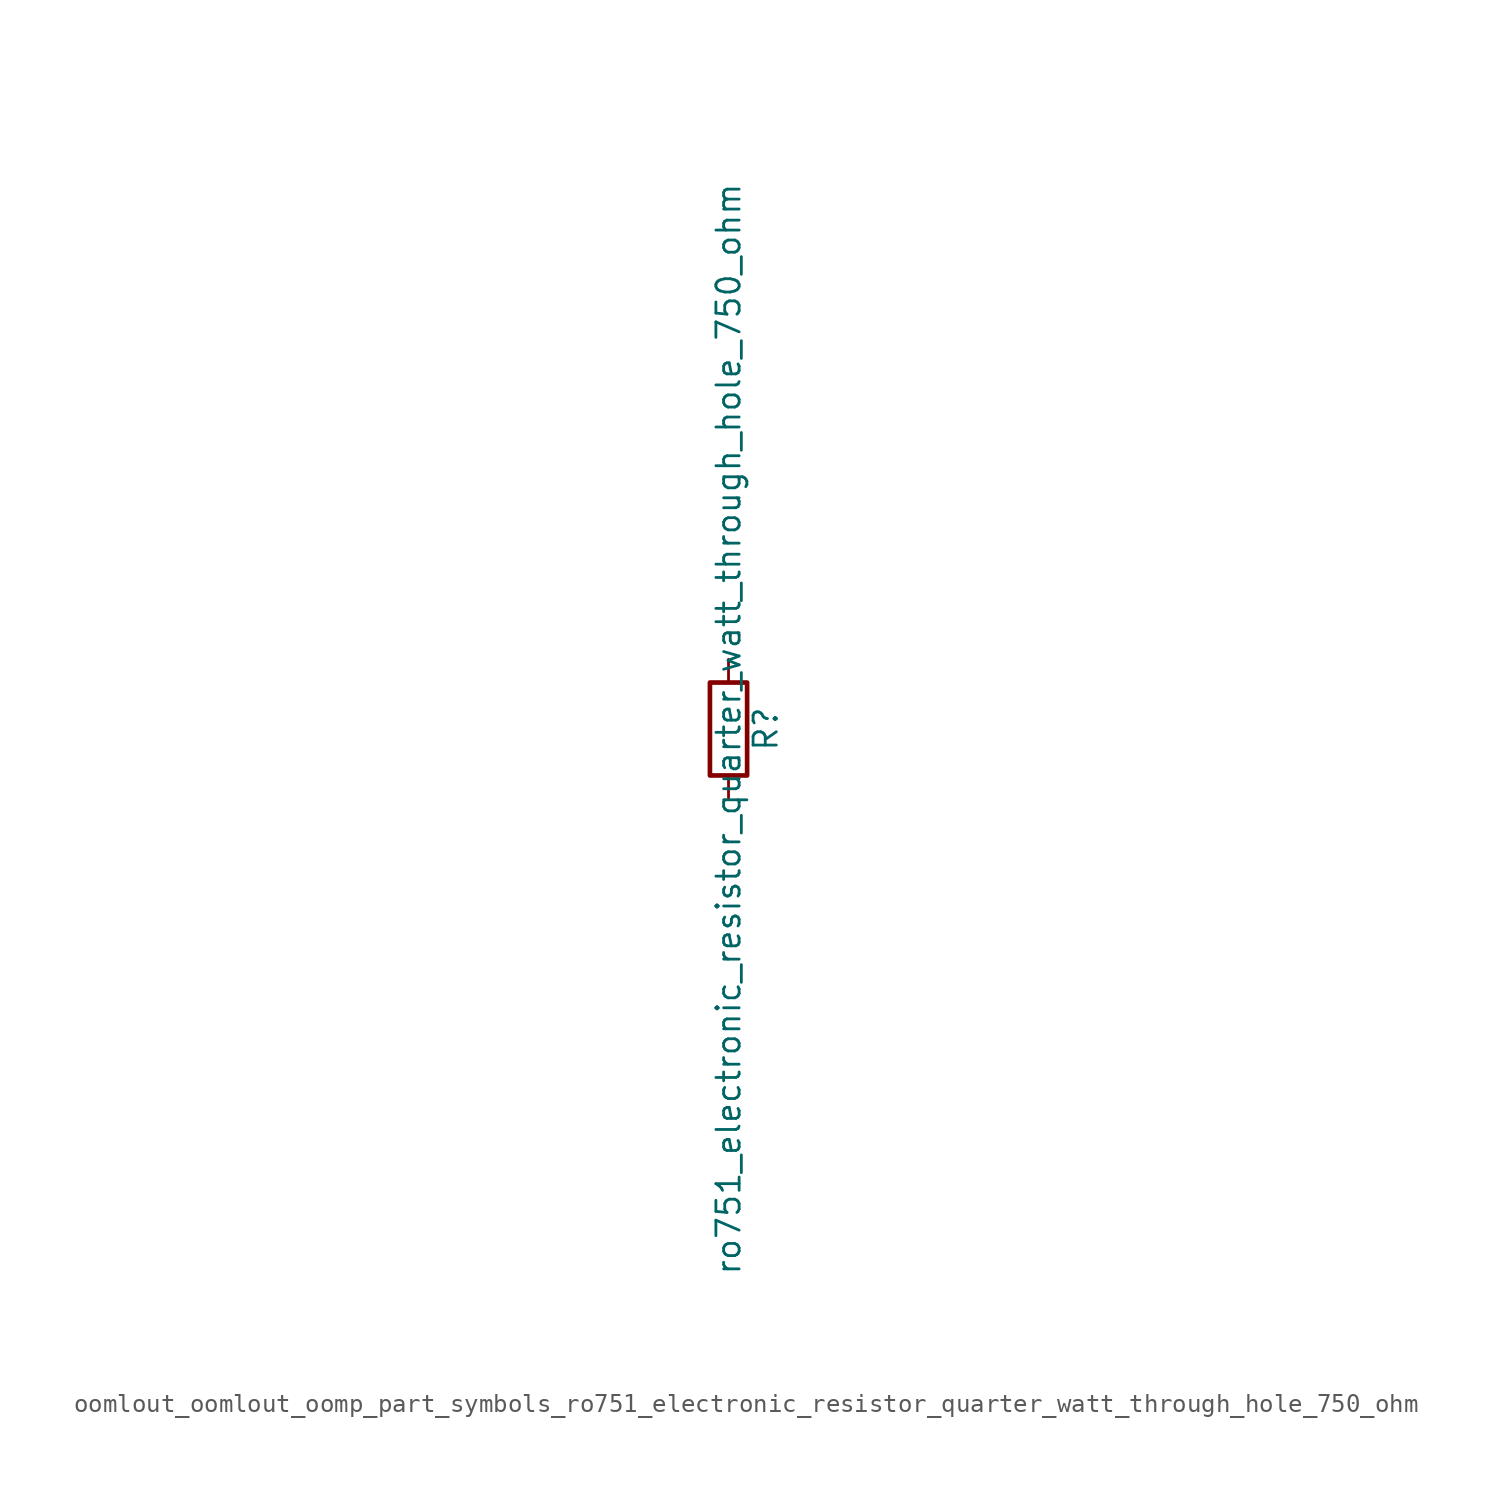
<source format=kicad_sym>
(kicad_symbol_lib
  (version 20220914)
  (generator kicad_symbol_editor)
  (symbol "oomlout_oomlout_oomp_part_symbols_ro751_electronic_resistor_quarter_watt_through_hole_750_ohm"
    (pin_numbers hide)
    (pin_names
      (offset 0))
    (property "Reference" "R"
      (at 2.032 0 90)
      (effects (font (size 1.27 1.27))))
    (property "Value" "ro751_electronic_resistor_quarter_watt_through_hole_750_ohm"
      (at 0 0 90)
      (effects (font (size 1.27 1.27))))
    (symbol "oomlout_oomlout_oomp_part_symbols_ro751_electronic_resistor_quarter_watt_through_hole_750_ohm_0_1"
      (rectangle (start -1.016 -2.54) (end 1.016 2.54) (stroke (width 0.254) (type default)) (fill (type none))))
    (symbol "oomlout_oomlout_oomp_part_symbols_ro751_electronic_resistor_quarter_watt_through_hole_750_ohm_1_1"
      (pin passive line (at 0 3.81 270) (length 1.27) (name "~" (effects (font (size 1.27 1.27)))) (number "1" (effects (font (size 1.27 1.27)))))
      (pin passive line (at 0 -3.81 90) (length 1.27) (name "~" (effects (font (size 1.27 1.27)))) (number "2" (effects (font (size 1.27 1.27))))))))
</source>
